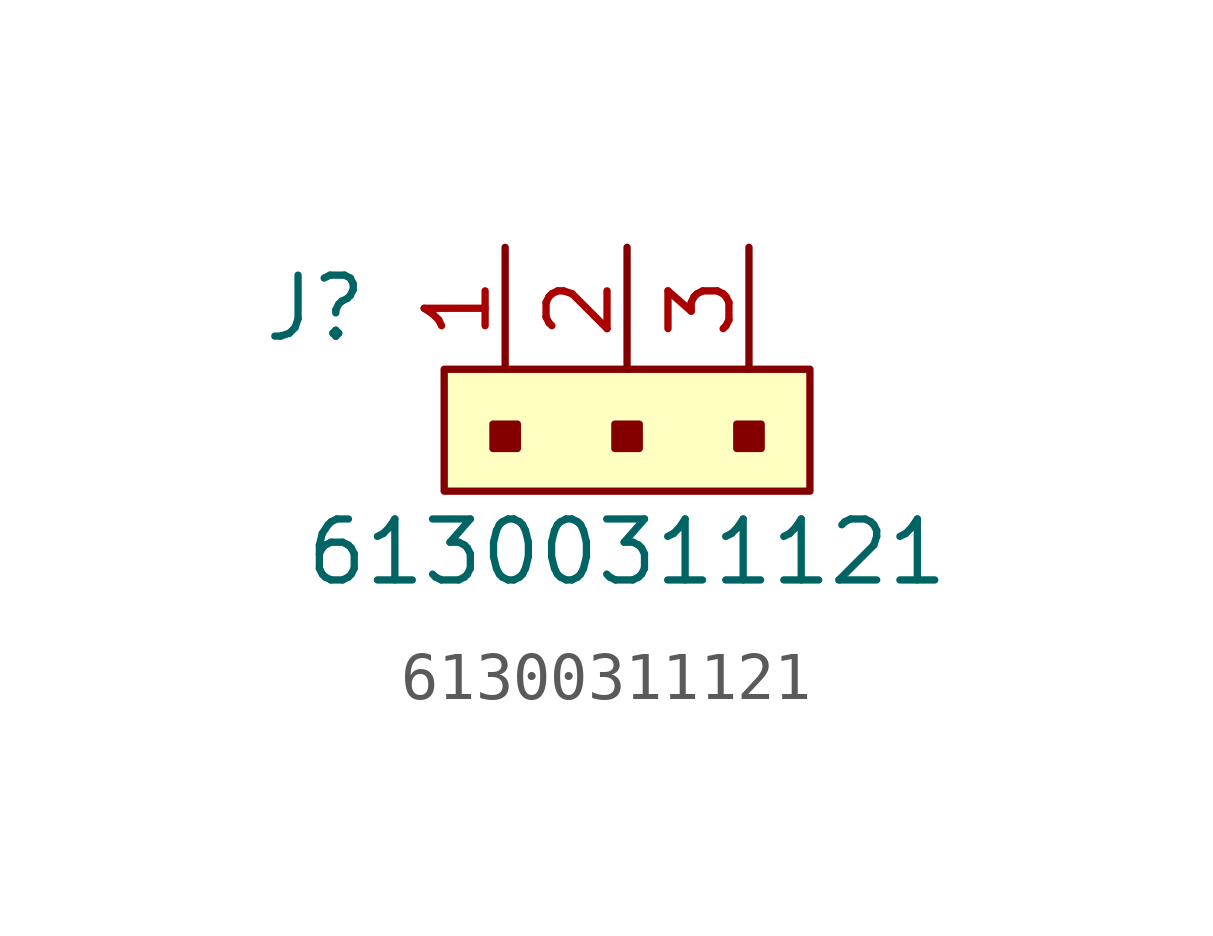
<source format=kicad_sym>
(kicad_symbol_lib
  (version 20211014)
  (generator kicad_symbol_editor)
  (symbol "61300311121"
    (pin_names
      (offset 1.016))
    (property "Reference" "J"
      (at -5.08 2.54 0)
      (effects (font (size 1.27 1.27)) (justify left)))
    (property "Value" "61300311121"
      (at 2.54 -2.54 0)
      (effects (font (size 1.27 1.27))))
    (symbol "61300311121_1_1"
      (rectangle (start -1.27 1.27) (end 6.35 -1.27) (stroke (width 0) (type default) (color 0 0 0 0)) (fill (type background)))
      (rectangle (start -0.254 0.127) (end 0.254 -0.381) (stroke (width 0) (type default) (color 0 0 0 0)) (fill (type outline)))
      (rectangle (start 2.286 0.127) (end 2.794 -0.381) (stroke (width 0) (type default) (color 0 0 0 0)) (fill (type outline)))
      (rectangle (start 4.826 0.127) (end 5.334 -0.381) (stroke (width 0) (type default) (color 0 0 0 0)) (fill (type outline)))
      (pin passive line (at 0 3.81 270) (length 2.54) (name "~" (effects (font (size 1.27 1.27)))) (number "1" (effects (font (size 1.27 1.27)))))
      (pin passive line (at 2.54 3.81 270) (length 2.54) (name "~" (effects (font (size 1.27 1.27)))) (number "2" (effects (font (size 1.27 1.27)))))
      (pin passive line (at 5.08 3.81 270) (length 2.54) (name "~" (effects (font (size 1.27 1.27)))) (number "3" (effects (font (size 1.27 1.27))))))))
</source>
